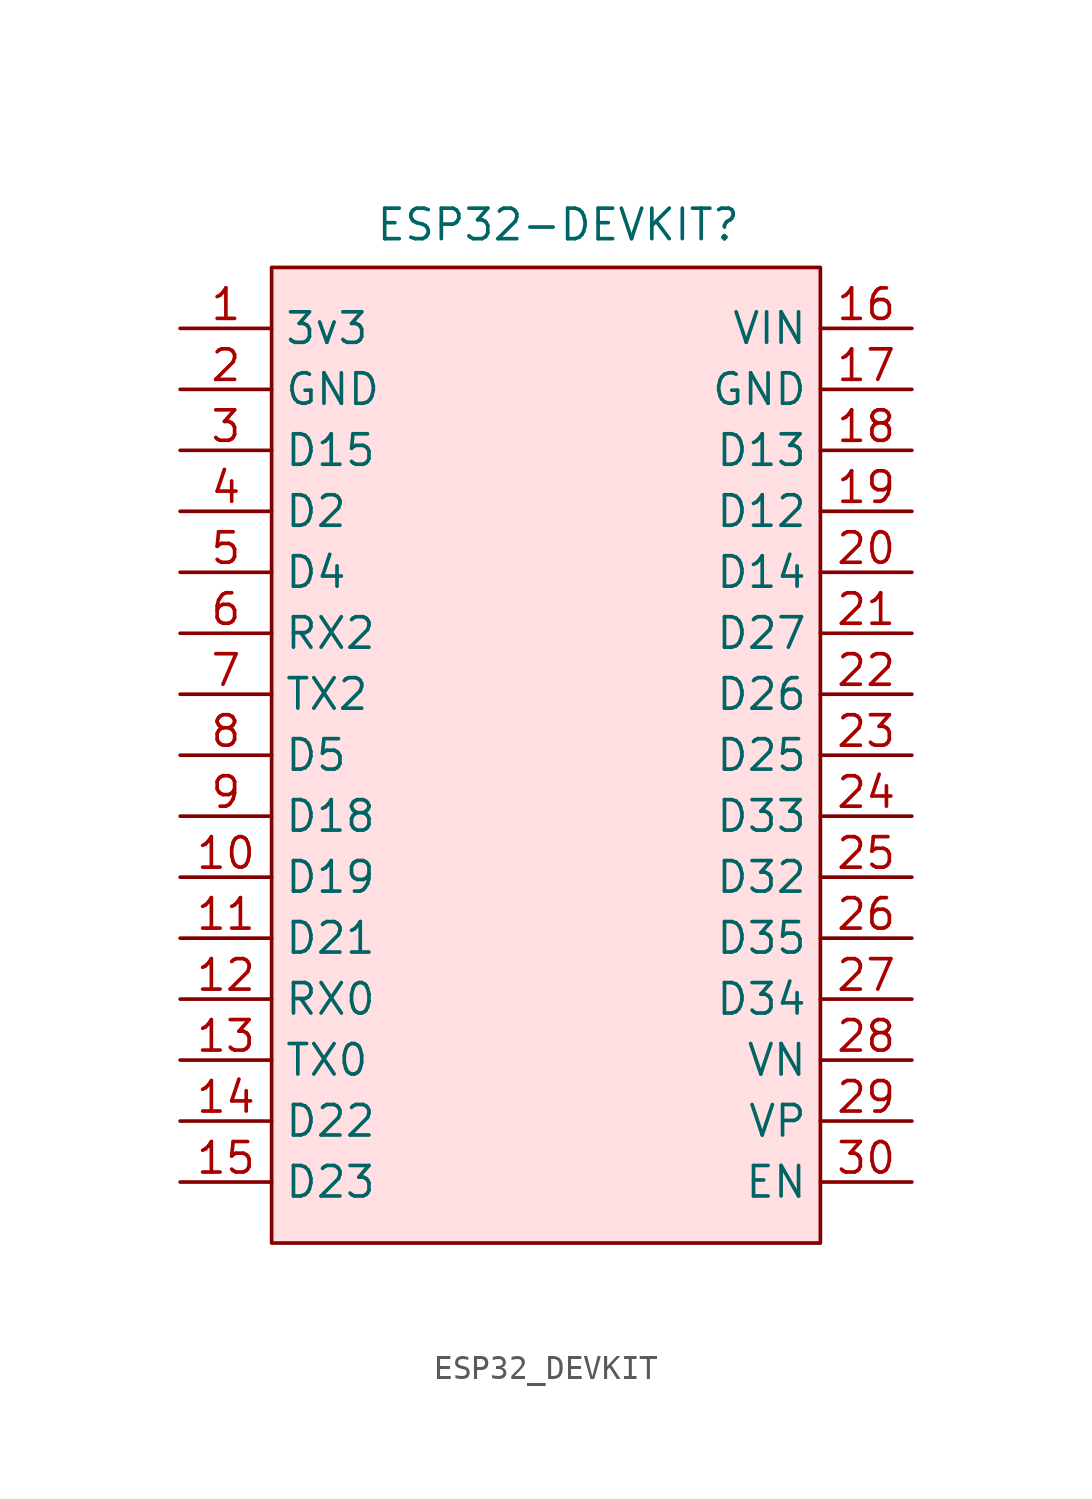
<source format=kicad_sym>
(kicad_symbol_lib
  (version 20241209)
  (generator "kicad_symbol_editor")
  (generator_version "9.0")
  (symbol "ESP32_DEVKIT"
    (property "Reference" "ESP32-DEVKIT"
      (at 0.508 22.098 0)
      (effects (font (size 1.27 1.27))))
    (property "Value" ""
      (at 0 0 0)
      (effects (font (size 1.27 1.27))))
    (symbol "ESP32_DEVKIT_0_1"
      (rectangle (start -11.43 20.32) (end 11.43 -20.32) (stroke (width 0) (type default)) (fill (type color) (color 255 223 225 1))))
    (symbol "ESP32_DEVKIT_1_1"
      (pin passive line (at -15.24 17.78 0) (length 3.81) (name "3v3" (effects (font (size 1.27 1.27)))) (number "1" (effects (font (size 1.27 1.27)))))
      (pin passive line (at -15.24 15.24 0) (length 3.81) (name "GND" (effects (font (size 1.27 1.27)))) (number "2" (effects (font (size 1.27 1.27)))))
      (pin passive line (at -15.24 12.7 0) (length 3.81) (name "D15" (effects (font (size 1.27 1.27)))) (number "3" (effects (font (size 1.27 1.27)))))
      (pin passive line (at -15.24 10.16 0) (length 3.81) (name "D2" (effects (font (size 1.27 1.27)))) (number "4" (effects (font (size 1.27 1.27)))))
      (pin passive line (at -15.24 7.62 0) (length 3.81) (name "D4" (effects (font (size 1.27 1.27)))) (number "5" (effects (font (size 1.27 1.27)))))
      (pin passive line (at -15.24 5.08 0) (length 3.81) (name "RX2" (effects (font (size 1.27 1.27)))) (number "6" (effects (font (size 1.27 1.27)))))
      (pin passive line (at -15.24 2.54 0) (length 3.81) (name "TX2" (effects (font (size 1.27 1.27)))) (number "7" (effects (font (size 1.27 1.27)))))
      (pin passive line (at -15.24 0 0) (length 3.81) (name "D5" (effects (font (size 1.27 1.27)))) (number "8" (effects (font (size 1.27 1.27)))))
      (pin passive line (at -15.24 -2.54 0) (length 3.81) (name "D18" (effects (font (size 1.27 1.27)))) (number "9" (effects (font (size 1.27 1.27)))))
      (pin passive line (at -15.24 -5.08 0) (length 3.81) (name "D19" (effects (font (size 1.27 1.27)))) (number "10" (effects (font (size 1.27 1.27)))))
      (pin passive line (at -15.24 -7.62 0) (length 3.81) (name "D21" (effects (font (size 1.27 1.27)))) (number "11" (effects (font (size 1.27 1.27)))))
      (pin passive line (at -15.24 -10.16 0) (length 3.81) (name "RX0" (effects (font (size 1.27 1.27)))) (number "12" (effects (font (size 1.27 1.27)))))
      (pin passive line (at -15.24 -12.7 0) (length 3.81) (name "TX0" (effects (font (size 1.27 1.27)))) (number "13" (effects (font (size 1.27 1.27)))))
      (pin passive line (at -15.24 -15.24 0) (length 3.81) (name "D22" (effects (font (size 1.27 1.27)))) (number "14" (effects (font (size 1.27 1.27)))))
      (pin passive line (at -15.24 -17.78 0) (length 3.81) (name "D23" (effects (font (size 1.27 1.27)))) (number "15" (effects (font (size 1.27 1.27)))))
      (pin passive line (at 15.24 17.78 180) (length 3.81) (name "VIN" (effects (font (size 1.27 1.27)))) (number "16" (effects (font (size 1.27 1.27)))))
      (pin passive line (at 15.24 15.24 180) (length 3.81) (name "GND" (effects (font (size 1.27 1.27)))) (number "17" (effects (font (size 1.27 1.27)))))
      (pin passive line (at 15.24 12.7 180) (length 3.81) (name "D13" (effects (font (size 1.27 1.27)))) (number "18" (effects (font (size 1.27 1.27)))))
      (pin passive line (at 15.24 10.16 180) (length 3.81) (name "D12" (effects (font (size 1.27 1.27)))) (number "19" (effects (font (size 1.27 1.27)))))
      (pin passive line (at 15.24 7.62 180) (length 3.81) (name "D14" (effects (font (size 1.27 1.27)))) (number "20" (effects (font (size 1.27 1.27)))))
      (pin passive line (at 15.24 5.08 180) (length 3.81) (name "D27" (effects (font (size 1.27 1.27)))) (number "21" (effects (font (size 1.27 1.27)))))
      (pin passive line (at 15.24 2.54 180) (length 3.81) (name "D26" (effects (font (size 1.27 1.27)))) (number "22" (effects (font (size 1.27 1.27)))))
      (pin passive line (at 15.24 0 180) (length 3.81) (name "D25" (effects (font (size 1.27 1.27)))) (number "23" (effects (font (size 1.27 1.27)))))
      (pin passive line (at 15.24 -2.54 180) (length 3.81) (name "D33" (effects (font (size 1.27 1.27)))) (number "24" (effects (font (size 1.27 1.27)))))
      (pin passive line (at 15.24 -5.08 180) (length 3.81) (name "D32" (effects (font (size 1.27 1.27)))) (number "25" (effects (font (size 1.27 1.27)))))
      (pin passive line (at 15.24 -7.62 180) (length 3.81) (name "D35" (effects (font (size 1.27 1.27)))) (number "26" (effects (font (size 1.27 1.27)))))
      (pin passive line (at 15.24 -10.16 180) (length 3.81) (name "D34" (effects (font (size 1.27 1.27)))) (number "27" (effects (font (size 1.27 1.27)))))
      (pin passive line (at 15.24 -12.7 180) (length 3.81) (name "VN" (effects (font (size 1.27 1.27)))) (number "28" (effects (font (size 1.27 1.27)))))
      (pin passive line (at 15.24 -15.24 180) (length 3.81) (name "VP" (effects (font (size 1.27 1.27)))) (number "29" (effects (font (size 1.27 1.27)))))
      (pin passive line (at 15.24 -17.78 180) (length 3.81) (name "EN" (effects (font (size 1.27 1.27)))) (number "30" (effects (font (size 1.27 1.27))))))))
</source>
